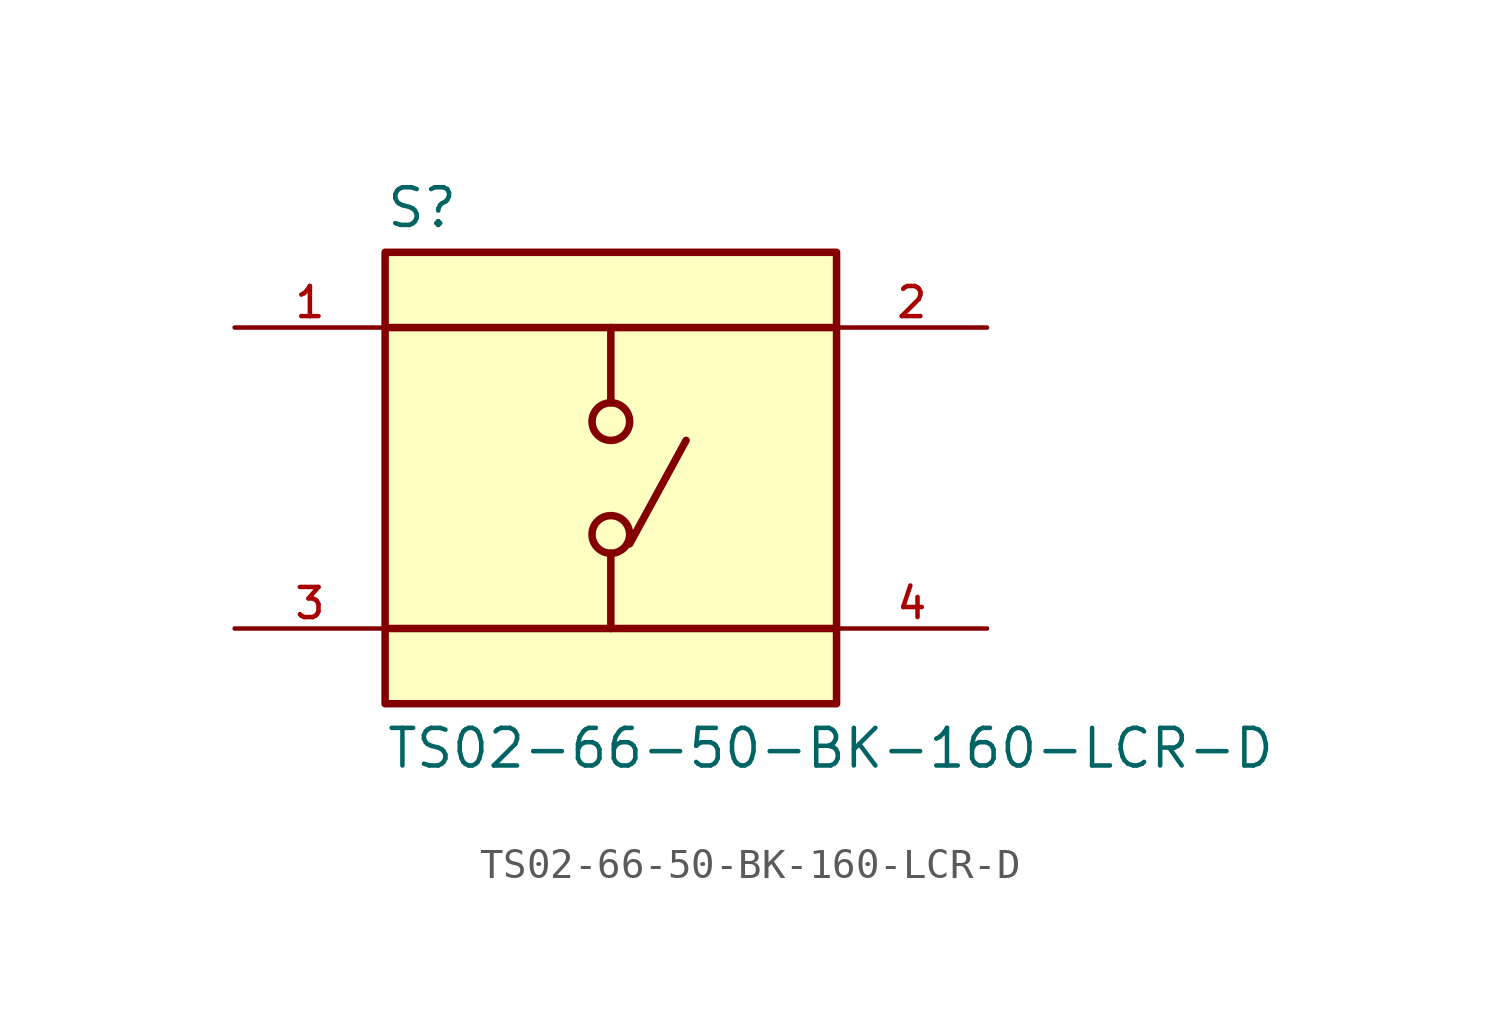
<source format=kicad_sym>
(kicad_symbol_lib
  (version 20211014)
  (generator kicad_symbol_editor)
  (symbol "TS02-66-50-BK-160-LCR-D"
    (pin_names
      (offset 1.016))
    (property "Reference" "S"
      (at -7.62 8.382 0)
      (effects (font (size 1.27 1.27)) (justify bottom left)))
    (property "Value" "TS02-66-50-BK-160-LCR-D"
      (at -7.62 -8.382 0)
      (effects (font (size 1.27 1.27)) (justify top left)))
    (symbol "TS02-66-50-BK-160-LCR-D_0_0"
      (polyline (pts (xy 0.0 5.08) (xy 0.0 2.54)) (stroke (width 0.254)))
      (polyline (pts (xy 0.0 -2.54) (xy 0.0 -5.08)) (stroke (width 0.254)))
      (polyline (pts (xy 7.62 5.08) (xy -7.62 5.08)) (stroke (width 0.254)))
      (polyline (pts (xy 7.62 -5.08) (xy -7.62 -5.08)) (stroke (width 0.254)))
      (circle (center 0.0 -1.905) (radius 0.635) (stroke (width 0.254)) (fill (type none)))
      (circle (center 0.0 1.905) (radius 0.635) (stroke (width 0.254)) (fill (type none)))
      (polyline (pts (xy 0.635 -2.223) (xy 2.54 1.27)) (stroke (width 0.254)))
      (rectangle (start -7.62 -7.62) (end 7.62 7.62) (stroke (width 0.254)) (fill (type background)))
      (pin passive line (at -12.7 5.08 0) (length 5.08) (name "~" (effects (font (size 1.016 1.016)))) (number "1" (effects (font (size 1.016 1.016)))))
      (pin passive line (at -12.7 -5.08 0) (length 5.08) (name "~" (effects (font (size 1.016 1.016)))) (number "3" (effects (font (size 1.016 1.016)))))
      (pin passive line (at 12.7 5.08 180.0) (length 5.08) (name "~" (effects (font (size 1.016 1.016)))) (number "2" (effects (font (size 1.016 1.016)))))
      (pin passive line (at 12.7 -5.08 180.0) (length 5.08) (name "~" (effects (font (size 1.016 1.016)))) (number "4" (effects (font (size 1.016 1.016))))))))
</source>
